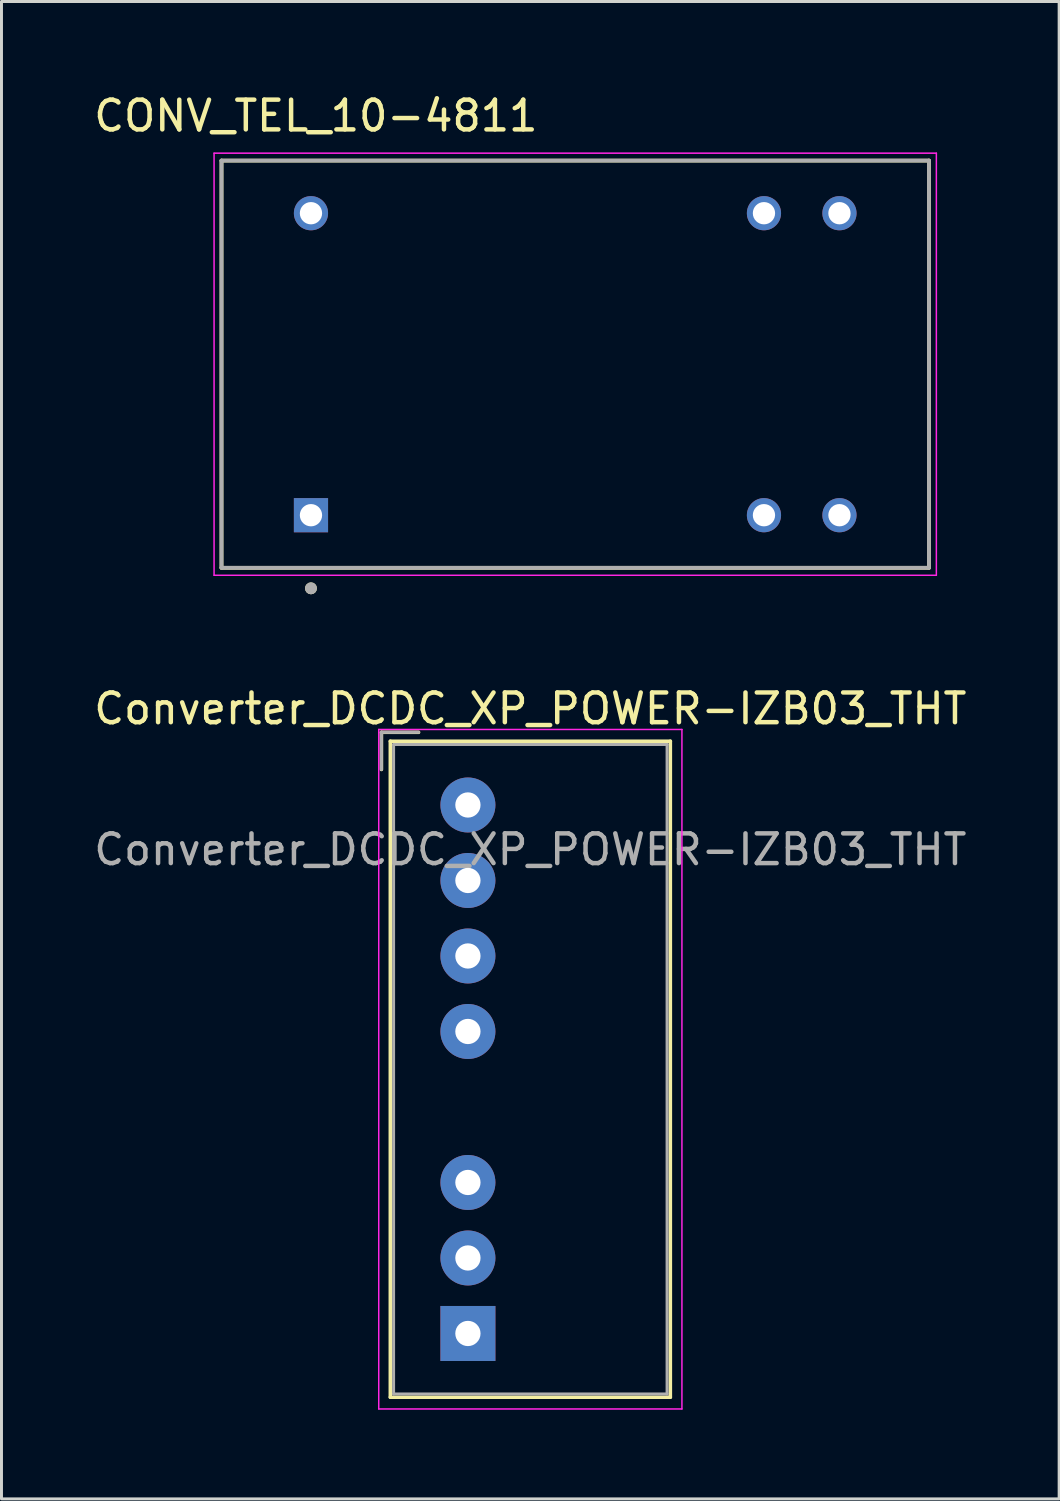
<source format=kicad_pcb>
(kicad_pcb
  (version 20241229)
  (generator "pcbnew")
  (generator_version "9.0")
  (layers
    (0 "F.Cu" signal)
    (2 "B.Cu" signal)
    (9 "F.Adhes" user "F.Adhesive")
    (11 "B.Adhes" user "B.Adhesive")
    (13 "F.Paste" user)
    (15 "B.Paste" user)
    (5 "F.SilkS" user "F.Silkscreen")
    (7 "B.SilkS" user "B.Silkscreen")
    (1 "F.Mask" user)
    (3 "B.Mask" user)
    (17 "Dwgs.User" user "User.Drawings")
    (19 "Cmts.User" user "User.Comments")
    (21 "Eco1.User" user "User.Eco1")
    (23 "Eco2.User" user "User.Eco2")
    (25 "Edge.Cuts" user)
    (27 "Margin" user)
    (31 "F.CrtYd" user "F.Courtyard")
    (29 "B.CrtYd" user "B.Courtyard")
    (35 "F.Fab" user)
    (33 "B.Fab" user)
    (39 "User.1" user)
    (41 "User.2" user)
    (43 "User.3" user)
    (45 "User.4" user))
  (footprint "CONV_TEL_10-4811"
    (layer "F.Cu")
    (at 16.302 9.203)
    (property "Reference" "CONV_TEL_10-4811" (at -8.725 -8.355 0) (layer "F.SilkS") (effects (font (size 1 1) (thickness 0.15))))
    (attr through_hole)
    (fp_line (start -11.9 -6.85) (end 11.9 -6.85) (stroke (width 0.127) (type solid)) (layer "F.SilkS"))
    (fp_line (start -11.9 6.85) (end -11.9 -6.85) (stroke (width 0.127) (type solid)) (layer "F.SilkS"))
    (fp_line (start 11.9 -6.85) (end 11.9 6.85) (stroke (width 0.127) (type solid)) (layer "F.SilkS"))
    (fp_line (start 11.9 6.85) (end -11.9 6.85) (stroke (width 0.127) (type solid)) (layer "F.SilkS"))
    (fp_circle (center -8.89 7.54) (end -8.79 7.54) (stroke (width 0.2) (type solid)) (fill no) (layer "F.SilkS"))
    (fp_line (start -12.15 -7.1) (end -12.15 7.1) (stroke (width 0.05) (type solid)) (layer "F.CrtYd"))
    (fp_line (start -12.15 7.1) (end 12.15 7.1) (stroke (width 0.05) (type solid)) (layer "F.CrtYd"))
    (fp_line (start 12.15 -7.1) (end -12.15 -7.1) (stroke (width 0.05) (type solid)) (layer "F.CrtYd"))
    (fp_line (start 12.15 7.1) (end 12.15 -7.1) (stroke (width 0.05) (type solid)) (layer "F.CrtYd"))
    (fp_line (start -11.9 -6.85) (end 11.9 -6.85) (stroke (width 0.127) (type solid)) (layer "F.Fab"))
    (fp_line (start -11.9 6.85) (end -11.9 -6.85) (stroke (width 0.127) (type solid)) (layer "F.Fab"))
    (fp_line (start 11.9 -6.85) (end 11.9 6.85) (stroke (width 0.127) (type solid)) (layer "F.Fab"))
    (fp_line (start 11.9 6.85) (end -11.9 6.85) (stroke (width 0.127) (type solid)) (layer "F.Fab"))
    (fp_circle (center -8.89 7.54) (end -8.79 7.54) (stroke (width 0.2) (type solid)) (fill no) (layer "F.Fab"))
    (pad "1" thru_hole rect (at -8.89 5.08) (size 1.15 1.15) (drill 0.75) (layers "*.Cu" "*.Mask"))
    (pad "7" thru_hole circle (at 6.35 5.08) (size 1.15 1.15) (drill 0.75) (layers "*.Cu" "*.Mask"))
    (pad "8" thru_hole circle (at 8.89 5.08) (size 1.15 1.15) (drill 0.75) (layers "*.Cu" "*.Mask"))
    (pad "9" thru_hole circle (at 8.89 -5.08) (size 1.15 1.15) (drill 0.75) (layers "*.Cu" "*.Mask"))
    (pad "10" thru_hole circle (at 6.35 -5.08) (size 1.15 1.15) (drill 0.75) (layers "*.Cu" "*.Mask"))
    (pad "16" thru_hole circle (at -8.89 -5.08) (size 1.15 1.15) (drill 0.75) (layers "*.Cu" "*.Mask")))
  (footprint "Converter_DCDC_XP_POWER-IZB03_THT"
    (layer "F.Cu")
    (at 16.192 24.032)
    (property "Reference" "Converter_DCDC_XP_POWER-IZB03_THT" (at -1.4 -3.24 0) (layer "F.SilkS") (effects (font (size 1 1) (thickness 0.15))))
    (attr through_hole)
    (fp_line (start -6.41 -2.445) (end -6.41 -1.195) (stroke (width 0.12) (type solid)) (layer "F.SilkS"))
    (fp_line (start -6.11 -2.145) (end -6.11 19.925) (stroke (width 0.12) (type solid)) (layer "F.SilkS"))
    (fp_line (start -6.11 19.925) (end 3.31 19.925) (stroke (width 0.12) (type solid)) (layer "F.SilkS"))
    (fp_line (start -5.16 -2.445) (end -6.41 -2.445) (stroke (width 0.12) (type solid)) (layer "F.SilkS"))
    (fp_line (start 3.31 -2.145) (end -6.11 -2.145) (stroke (width 0.12) (type solid)) (layer "F.SilkS"))
    (fp_line (start 3.31 19.925) (end 3.31 -2.145) (stroke (width 0.12) (type solid)) (layer "F.SilkS"))
    (fp_line (start -6.5 -2.54) (end -6.5 20.32) (stroke (width 0.05) (type solid)) (layer "F.CrtYd"))
    (fp_line (start -6.5 20.32) (end 3.7 20.32) (stroke (width 0.05) (type solid)) (layer "F.CrtYd"))
    (fp_line (start 3.7 -2.54) (end -6.5 -2.54) (stroke (width 0.05) (type solid)) (layer "F.CrtYd"))
    (fp_line (start 3.7 20.32) (end 3.7 -2.54) (stroke (width 0.05) (type solid)) (layer "F.CrtYd"))
    (fp_line (start -6.41 -2.445) (end -6.41 -1.195) (stroke (width 0.1) (type solid)) (layer "F.Fab"))
    (fp_line (start -6 -2.035) (end -6 19.815) (stroke (width 0.1) (type solid)) (layer "F.Fab"))
    (fp_line (start -6 19.815) (end 3.2 19.815) (stroke (width 0.1) (type solid)) (layer "F.Fab"))
    (fp_line (start -5.16 -2.445) (end -6.41 -2.445) (stroke (width 0.1) (type solid)) (layer "F.Fab"))
    (fp_line (start 3.2 -2.035) (end -6 -2.035) (stroke (width 0.1) (type solid)) (layer "F.Fab"))
    (fp_line (start 3.2 19.815) (end 3.2 -2.035) (stroke (width 0.1) (type solid)) (layer "F.Fab"))
    (fp_text user "${REFERENCE}" (at -1.4 1.5 0) (layer "F.Fab") (effects (font (size 1 1) (thickness 0.15))))
    (pad "1" thru_hole rect (at -3.5 17.78) (size 1.85 1.85) (drill 0.85) (layers "*.Cu" "*.Mask"))
    (pad "2" thru_hole circle (at -3.5 15.24) (size 1.85 1.85) (drill 0.85) (layers "*.Cu" "*.Mask"))
    (pad "3" thru_hole circle (at -3.5 12.7) (size 1.85 1.85) (drill 0.85) (layers "*.Cu" "*.Mask"))
    (pad "5" thru_hole circle (at -3.5 7.62) (size 1.85 1.85) (drill 0.85) (layers "*.Cu" "*.Mask"))
    (pad "6" thru_hole circle (at -3.5 5.08) (size 1.85 1.85) (drill 0.85) (layers "*.Cu" "*.Mask"))
    (pad "7" thru_hole circle (at -3.5 2.54) (size 1.85 1.85) (drill 0.85) (layers "*.Cu" "*.Mask"))
    (pad "8" thru_hole circle (at -3.5 0) (size 1.85 1.85) (drill 0.85) (layers "*.Cu" "*.Mask")))
  (gr_rect
    (start -3 -3)
    (end 32.583 47.377)
    (stroke (width 0.1) (type default))
    (fill no)
    (layer "Edge.Cuts")))
</source>
